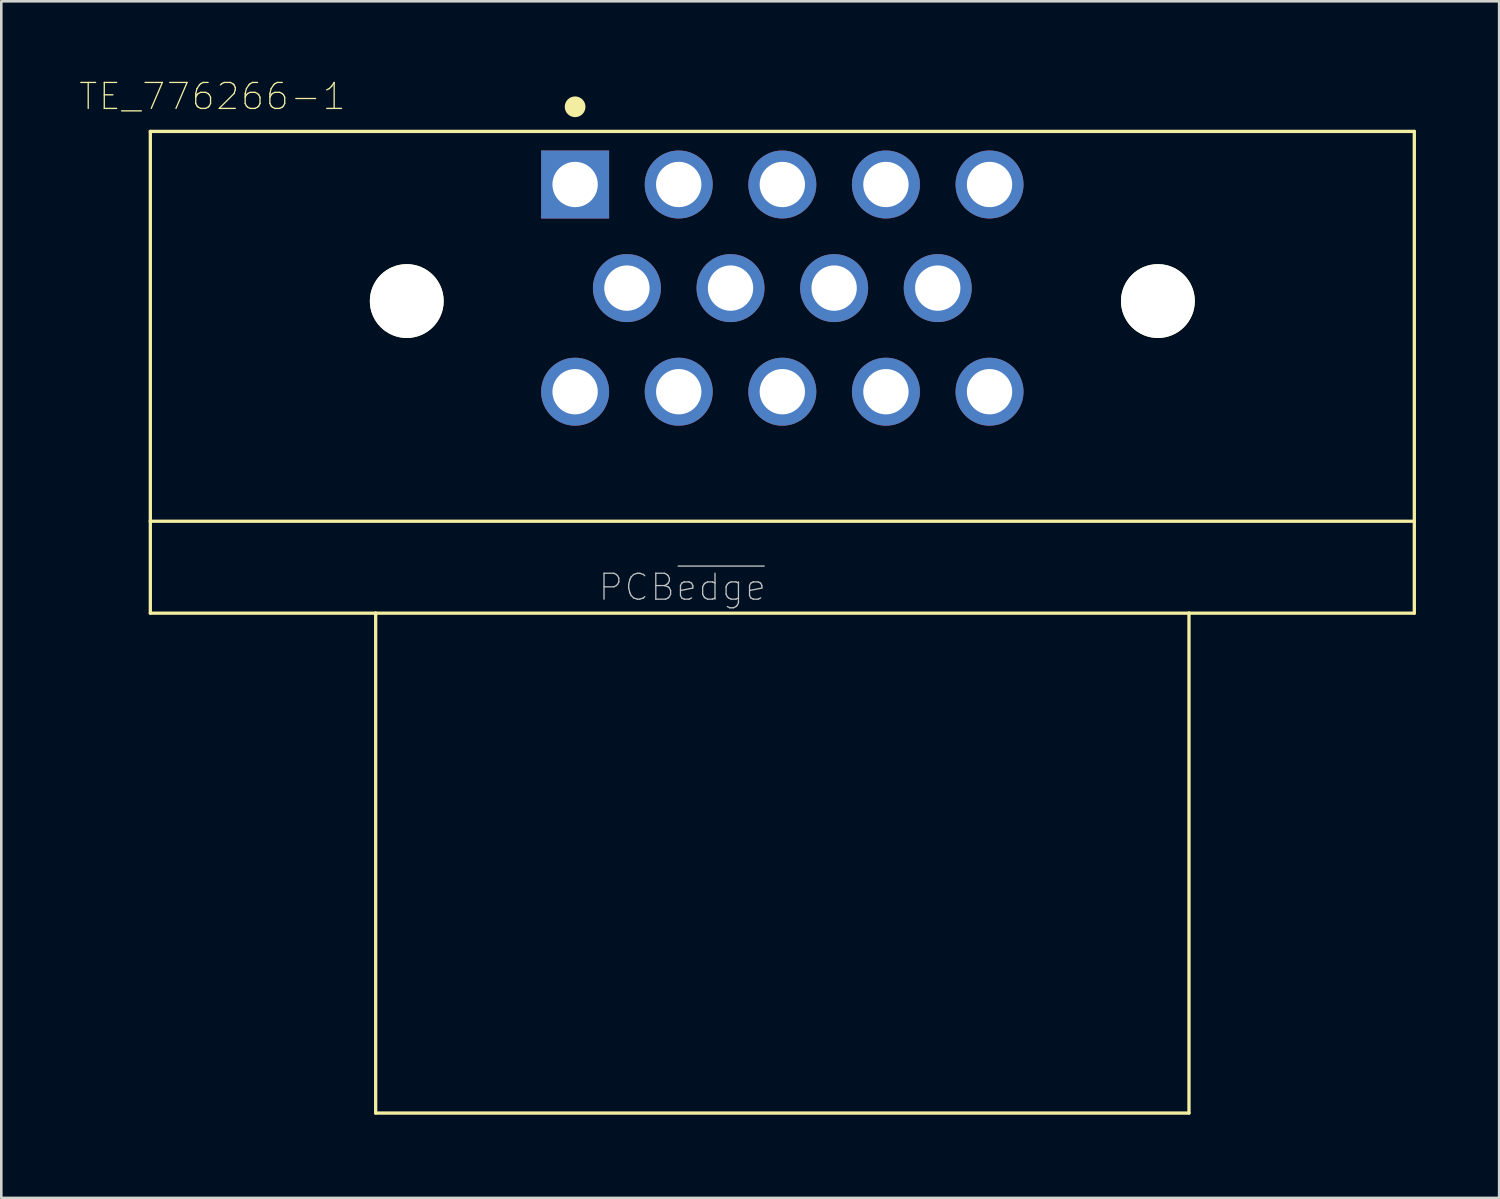
<source format=kicad_pcb>
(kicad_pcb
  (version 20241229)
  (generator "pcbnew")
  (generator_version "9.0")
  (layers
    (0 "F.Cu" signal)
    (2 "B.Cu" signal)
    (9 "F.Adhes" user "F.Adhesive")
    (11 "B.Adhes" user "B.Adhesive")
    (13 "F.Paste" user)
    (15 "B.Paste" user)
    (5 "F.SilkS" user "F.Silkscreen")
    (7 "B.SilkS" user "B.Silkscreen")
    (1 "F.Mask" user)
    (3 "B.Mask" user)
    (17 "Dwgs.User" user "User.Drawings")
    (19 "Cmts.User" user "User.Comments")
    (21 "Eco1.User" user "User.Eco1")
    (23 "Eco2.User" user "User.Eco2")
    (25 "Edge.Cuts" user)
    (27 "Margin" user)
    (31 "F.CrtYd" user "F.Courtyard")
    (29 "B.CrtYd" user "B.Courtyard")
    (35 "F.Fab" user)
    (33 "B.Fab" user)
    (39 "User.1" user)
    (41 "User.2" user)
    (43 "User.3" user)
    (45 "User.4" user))
  (footprint "TE_776266-1"
    (layer "F.Cu")
    (at 27.154 8.073)
    (property "Reference" "TE_776266-1" (at -22.003 -7.399 0) (layer "F.SilkS") (effects (font (size 1.002 1.002) (thickness 0.05))))
    (attr through_hole)
    (fp_line (start -24.4 -6.05) (end -24.4 9) (stroke (width 0.127) (type solid)) (layer "F.SilkS"))
    (fp_line (start -24.4 -6.05) (end 24.4 -6.05) (stroke (width 0.127) (type solid)) (layer "F.SilkS"))
    (fp_line (start -24.4 9) (end 24.4 9) (stroke (width 0.127) (type solid)) (layer "F.SilkS"))
    (fp_line (start -24.4 12.55) (end -24.4 9) (stroke (width 0.127) (type solid)) (layer "F.SilkS"))
    (fp_line (start -24.4 12.55) (end -15.7 12.55) (stroke (width 0.127) (type solid)) (layer "F.SilkS"))
    (fp_line (start -15.7 12.55) (end -15.7 31.85) (stroke (width 0.127) (type solid)) (layer "F.SilkS"))
    (fp_line (start -15.7 12.55) (end 15.7 12.55) (stroke (width 0.127) (type solid)) (layer "F.SilkS"))
    (fp_line (start -15.7 31.85) (end 15.7 31.85) (stroke (width 0.127) (type solid)) (layer "F.SilkS"))
    (fp_line (start 15.7 12.55) (end 24.4 12.55) (stroke (width 0.127) (type solid)) (layer "F.SilkS"))
    (fp_line (start 15.7 31.85) (end 15.7 12.55) (stroke (width 0.127) (type solid)) (layer "F.SilkS"))
    (fp_line (start 24.4 9) (end 24.4 -6.05) (stroke (width 0.127) (type solid)) (layer "F.SilkS"))
    (fp_line (start 24.4 9) (end 24.4 12.55) (stroke (width 0.127) (type solid)) (layer "F.SilkS"))
    (fp_circle (center -8 -7) (end -7.8 -7) (stroke (width 0.4) (type solid)) (fill no) (layer "F.SilkS"))
    (fp_line (start -24.65 -6.3) (end 24.65 -6.3) (stroke (width 0.05) (type solid)) (layer "Eco1.User"))
    (fp_line (start -24.65 12.8) (end -24.65 -6.3) (stroke (width 0.05) (type solid)) (layer "Eco1.User"))
    (fp_line (start -15.95 12.8) (end -24.65 12.8) (stroke (width 0.05) (type solid)) (layer "Eco1.User"))
    (fp_line (start -15.95 32.1) (end -15.95 12.8) (stroke (width 0.05) (type solid)) (layer "Eco1.User"))
    (fp_line (start 15.95 12.8) (end 15.95 32.1) (stroke (width 0.05) (type solid)) (layer "Eco1.User"))
    (fp_line (start 15.95 32.1) (end -15.95 32.1) (stroke (width 0.05) (type solid)) (layer "Eco1.User"))
    (fp_line (start 24.65 -6.3) (end 24.65 12.8) (stroke (width 0.05) (type solid)) (layer "Eco1.User"))
    (fp_line (start 24.65 12.8) (end 15.95 12.8) (stroke (width 0.05) (type solid)) (layer "Eco1.User"))
    (fp_line (start -24.4 -6.05) (end -24.4 9) (stroke (width 0.127) (type solid)) (layer "Eco2.User"))
    (fp_line (start -24.4 9) (end 24.4 9) (stroke (width 0.127) (type solid)) (layer "Eco2.User"))
    (fp_line (start -24.4 12.55) (end -24.4 9) (stroke (width 0.127) (type solid)) (layer "Eco2.User"))
    (fp_line (start -24.4 12.55) (end -15.7 12.55) (stroke (width 0.127) (type solid)) (layer "Eco2.User"))
    (fp_line (start -15.7 12.55) (end -15.7 31.85) (stroke (width 0.127) (type solid)) (layer "Eco2.User"))
    (fp_line (start -15.7 12.55) (end 15.7 12.55) (stroke (width 0.127) (type solid)) (layer "Eco2.User"))
    (fp_line (start -15.7 31.85) (end 15.7 31.85) (stroke (width 0.127) (type solid)) (layer "Eco2.User"))
    (fp_line (start 15.7 12.55) (end 24.4 12.55) (stroke (width 0.127) (type solid)) (layer "Eco2.User"))
    (fp_line (start 15.7 31.85) (end 15.7 12.55) (stroke (width 0.127) (type solid)) (layer "Eco2.User"))
    (fp_line (start 24.4 -6.05) (end -24.4 -6.05) (stroke (width 0.127) (type solid)) (layer "Eco2.User"))
    (fp_line (start 24.4 9) (end 24.4 -6.05) (stroke (width 0.127) (type solid)) (layer "Eco2.User"))
    (fp_line (start 24.4 9) (end 24.4 12.55) (stroke (width 0.127) (type solid)) (layer "Eco2.User"))
    (fp_circle (center -8 -4) (end -7.8 -4) (stroke (width 0.4) (type solid)) (fill no) (layer "Eco2.User"))
    (fp_text user "PCB~{edge}" (at -3.861 11.549 0) (layer "Dwgs.User") (effects (font (size 1 1) (thickness 0.05))))
    (pad "" np_thru_hole circle (at -14.5 0.5) (size 2.85 2.85) (drill 2.85) (layers "*.Cu" "*.Mask" "F.SilkS"))
    (pad "" np_thru_hole circle (at 14.5 0.5) (size 2.85 2.85) (drill 2.85) (layers "*.Cu" "*.Mask" "F.SilkS"))
    (pad "1" thru_hole rect (at -8 -4) (size 2.625 2.625) (drill 1.75) (layers "*.Cu" "*.Mask"))
    (pad "2" thru_hole circle (at -4 -4) (size 2.625 2.625) (drill 1.75) (layers "*.Cu" "*.Mask"))
    (pad "3" thru_hole circle (at 0 -4) (size 2.625 2.625) (drill 1.75) (layers "*.Cu" "*.Mask"))
    (pad "4" thru_hole circle (at 4 -4) (size 2.625 2.625) (drill 1.75) (layers "*.Cu" "*.Mask"))
    (pad "5" thru_hole circle (at 8 -4) (size 2.625 2.625) (drill 1.75) (layers "*.Cu" "*.Mask"))
    (pad "6" thru_hole circle (at -6 0) (size 2.625 2.625) (drill 1.75) (layers "*.Cu" "*.Mask"))
    (pad "7" thru_hole circle (at -2 0) (size 2.625 2.625) (drill 1.75) (layers "*.Cu" "*.Mask"))
    (pad "8" thru_hole circle (at 2 0) (size 2.625 2.625) (drill 1.75) (layers "*.Cu" "*.Mask"))
    (pad "9" thru_hole circle (at 6 0) (size 2.625 2.625) (drill 1.75) (layers "*.Cu" "*.Mask"))
    (pad "10" thru_hole circle (at -8 4) (size 2.625 2.625) (drill 1.75) (layers "*.Cu" "*.Mask"))
    (pad "11" thru_hole circle (at -4 4) (size 2.625 2.625) (drill 1.75) (layers "*.Cu" "*.Mask"))
    (pad "12" thru_hole circle (at 0 4) (size 2.625 2.625) (drill 1.75) (layers "*.Cu" "*.Mask"))
    (pad "13" thru_hole circle (at 4 4) (size 2.625 2.625) (drill 1.75) (layers "*.Cu" "*.Mask"))
    (pad "14" thru_hole circle (at 8 4) (size 2.625 2.625) (drill 1.75) (layers "*.Cu" "*.Mask")))
  (gr_rect
    (start -3 -3)
    (end 54.829 43.198)
    (stroke (width 0.1) (type default))
    (fill no)
    (layer "Edge.Cuts")))
</source>
